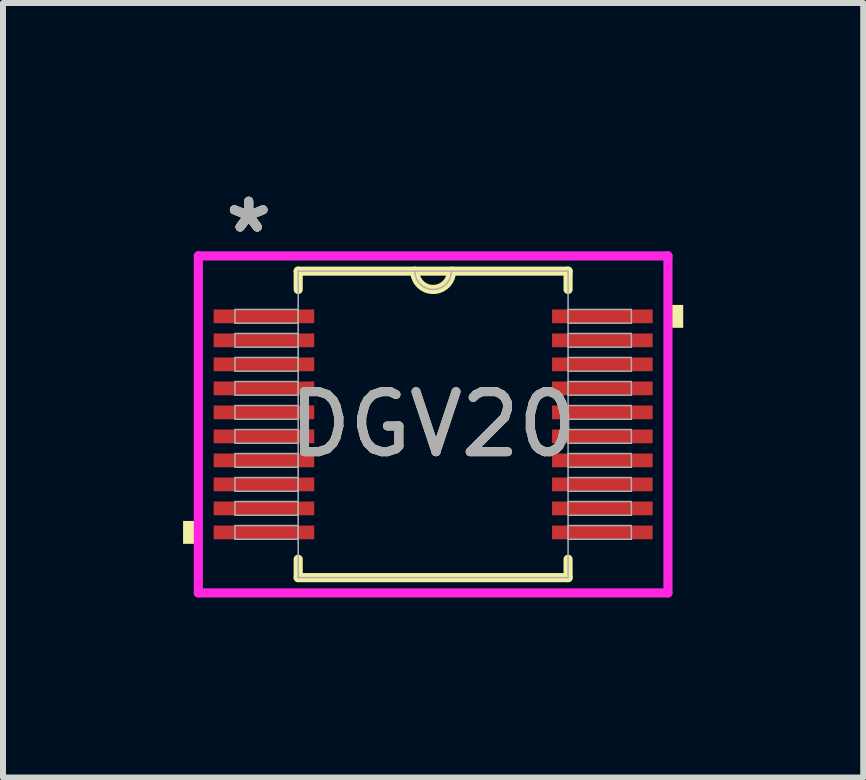
<source format=kicad_pcb>
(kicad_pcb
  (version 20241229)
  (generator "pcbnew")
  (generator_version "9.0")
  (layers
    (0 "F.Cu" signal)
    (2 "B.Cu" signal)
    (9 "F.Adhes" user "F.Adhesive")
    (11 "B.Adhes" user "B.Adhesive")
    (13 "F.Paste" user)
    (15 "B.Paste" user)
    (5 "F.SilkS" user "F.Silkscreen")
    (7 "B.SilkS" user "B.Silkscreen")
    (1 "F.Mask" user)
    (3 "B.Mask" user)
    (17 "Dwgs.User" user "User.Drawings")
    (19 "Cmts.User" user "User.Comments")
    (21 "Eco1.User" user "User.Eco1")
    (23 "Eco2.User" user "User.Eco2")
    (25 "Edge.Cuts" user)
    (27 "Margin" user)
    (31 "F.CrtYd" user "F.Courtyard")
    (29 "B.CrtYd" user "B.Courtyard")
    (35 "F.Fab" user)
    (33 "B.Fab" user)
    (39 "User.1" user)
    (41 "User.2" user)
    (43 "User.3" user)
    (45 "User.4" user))
  (footprint "DGV20"
    (layer "F.Cu")
    (at 4.166 4.02)
    (property "Reference" "DGV20" (at 0 0 0) (unlocked yes) (layer "F.SilkS") (effects (font (size 1 1) (thickness 0.15))))
    (attr smd)
    (fp_line (start -2.248 -2.553) (end -2.248 -2.247) (stroke (width 0.152) (type solid)) (layer "F.SilkS"))
    (fp_line (start -2.248 2.247) (end -2.248 2.553) (stroke (width 0.152) (type solid)) (layer "F.SilkS"))
    (fp_line (start -2.248 2.553) (end 2.248 2.553) (stroke (width 0.152) (type solid)) (layer "F.SilkS"))
    (fp_line (start 2.248 -2.553) (end -2.248 -2.553) (stroke (width 0.152) (type solid)) (layer "F.SilkS"))
    (fp_line (start 2.248 -2.247) (end 2.248 -2.553) (stroke (width 0.152) (type solid)) (layer "F.SilkS"))
    (fp_line (start 2.248 2.553) (end 2.248 2.247) (stroke (width 0.152) (type solid)) (layer "F.SilkS"))
    (fp_arc (start 0.3048 -2.5527) (mid 0 -2.2479) (end -0.3048 -2.5527) (stroke (width 0.1524) (type solid)) (layer "F.SilkS"))
    (fp_poly (pts (xy -4.166 1.609) (xy -4.166 1.99) (xy -3.912 1.99) (xy -3.912 1.609)) (stroke (width 0) (type solid)) (fill yes) (layer "F.SilkS"))
    (fp_poly (pts (xy 4.166 -1.99) (xy 4.166 -1.609) (xy 3.912 -1.609) (xy 3.912 -1.99)) (stroke (width 0) (type solid)) (fill yes) (layer "F.SilkS"))
    (fp_line (start -3.912 -2.807) (end 3.912 -2.807) (stroke (width 0.152) (type solid)) (layer "F.CrtYd"))
    (fp_line (start -3.912 2.807) (end -3.912 -2.807) (stroke (width 0.152) (type solid)) (layer "F.CrtYd"))
    (fp_line (start 3.912 -2.807) (end 3.912 2.807) (stroke (width 0.152) (type solid)) (layer "F.CrtYd"))
    (fp_line (start 3.912 2.807) (end -3.912 2.807) (stroke (width 0.152) (type solid)) (layer "F.CrtYd"))
    (fp_line (start -3.302 -1.914) (end -3.302 -1.686) (stroke (width 0.025) (type solid)) (layer "F.Fab"))
    (fp_line (start -3.302 -1.686) (end -2.248 -1.686) (stroke (width 0.025) (type solid)) (layer "F.Fab"))
    (fp_line (start -3.302 -1.514) (end -3.302 -1.286) (stroke (width 0.025) (type solid)) (layer "F.Fab"))
    (fp_line (start -3.302 -1.286) (end -2.248 -1.286) (stroke (width 0.025) (type solid)) (layer "F.Fab"))
    (fp_line (start -3.302 -1.114) (end -3.302 -0.886) (stroke (width 0.025) (type solid)) (layer "F.Fab"))
    (fp_line (start -3.302 -0.886) (end -2.248 -0.886) (stroke (width 0.025) (type solid)) (layer "F.Fab"))
    (fp_line (start -3.302 -0.714) (end -3.302 -0.486) (stroke (width 0.025) (type solid)) (layer "F.Fab"))
    (fp_line (start -3.302 -0.486) (end -2.248 -0.486) (stroke (width 0.025) (type solid)) (layer "F.Fab"))
    (fp_line (start -3.302 -0.314) (end -3.302 -0.086) (stroke (width 0.025) (type solid)) (layer "F.Fab"))
    (fp_line (start -3.302 -0.086) (end -2.248 -0.086) (stroke (width 0.025) (type solid)) (layer "F.Fab"))
    (fp_line (start -3.302 0.086) (end -3.302 0.314) (stroke (width 0.025) (type solid)) (layer "F.Fab"))
    (fp_line (start -3.302 0.314) (end -2.248 0.314) (stroke (width 0.025) (type solid)) (layer "F.Fab"))
    (fp_line (start -3.302 0.486) (end -3.302 0.714) (stroke (width 0.025) (type solid)) (layer "F.Fab"))
    (fp_line (start -3.302 0.714) (end -2.248 0.714) (stroke (width 0.025) (type solid)) (layer "F.Fab"))
    (fp_line (start -3.302 0.886) (end -3.302 1.114) (stroke (width 0.025) (type solid)) (layer "F.Fab"))
    (fp_line (start -3.302 1.114) (end -2.248 1.114) (stroke (width 0.025) (type solid)) (layer "F.Fab"))
    (fp_line (start -3.302 1.286) (end -3.302 1.514) (stroke (width 0.025) (type solid)) (layer "F.Fab"))
    (fp_line (start -3.302 1.514) (end -2.248 1.514) (stroke (width 0.025) (type solid)) (layer "F.Fab"))
    (fp_line (start -3.302 1.686) (end -3.302 1.914) (stroke (width 0.025) (type solid)) (layer "F.Fab"))
    (fp_line (start -3.302 1.914) (end -2.248 1.914) (stroke (width 0.025) (type solid)) (layer "F.Fab"))
    (fp_line (start -2.248 -2.553) (end -2.248 2.553) (stroke (width 0.025) (type solid)) (layer "F.Fab"))
    (fp_line (start -2.248 -1.914) (end -3.302 -1.914) (stroke (width 0.025) (type solid)) (layer "F.Fab"))
    (fp_line (start -2.248 -1.686) (end -2.248 -1.914) (stroke (width 0.025) (type solid)) (layer "F.Fab"))
    (fp_line (start -2.248 -1.514) (end -3.302 -1.514) (stroke (width 0.025) (type solid)) (layer "F.Fab"))
    (fp_line (start -2.248 -1.286) (end -2.248 -1.514) (stroke (width 0.025) (type solid)) (layer "F.Fab"))
    (fp_line (start -2.248 -1.114) (end -3.302 -1.114) (stroke (width 0.025) (type solid)) (layer "F.Fab"))
    (fp_line (start -2.248 -0.886) (end -2.248 -1.114) (stroke (width 0.025) (type solid)) (layer "F.Fab"))
    (fp_line (start -2.248 -0.714) (end -3.302 -0.714) (stroke (width 0.025) (type solid)) (layer "F.Fab"))
    (fp_line (start -2.248 -0.486) (end -2.248 -0.714) (stroke (width 0.025) (type solid)) (layer "F.Fab"))
    (fp_line (start -2.248 -0.314) (end -3.302 -0.314) (stroke (width 0.025) (type solid)) (layer "F.Fab"))
    (fp_line (start -2.248 -0.086) (end -2.248 -0.314) (stroke (width 0.025) (type solid)) (layer "F.Fab"))
    (fp_line (start -2.248 0.086) (end -3.302 0.086) (stroke (width 0.025) (type solid)) (layer "F.Fab"))
    (fp_line (start -2.248 0.314) (end -2.248 0.086) (stroke (width 0.025) (type solid)) (layer "F.Fab"))
    (fp_line (start -2.248 0.486) (end -3.302 0.486) (stroke (width 0.025) (type solid)) (layer "F.Fab"))
    (fp_line (start -2.248 0.714) (end -2.248 0.486) (stroke (width 0.025) (type solid)) (layer "F.Fab"))
    (fp_line (start -2.248 0.886) (end -3.302 0.886) (stroke (width 0.025) (type solid)) (layer "F.Fab"))
    (fp_line (start -2.248 1.114) (end -2.248 0.886) (stroke (width 0.025) (type solid)) (layer "F.Fab"))
    (fp_line (start -2.248 1.286) (end -3.302 1.286) (stroke (width 0.025) (type solid)) (layer "F.Fab"))
    (fp_line (start -2.248 1.514) (end -2.248 1.286) (stroke (width 0.025) (type solid)) (layer "F.Fab"))
    (fp_line (start -2.248 1.686) (end -3.302 1.686) (stroke (width 0.025) (type solid)) (layer "F.Fab"))
    (fp_line (start -2.248 1.914) (end -2.248 1.686) (stroke (width 0.025) (type solid)) (layer "F.Fab"))
    (fp_line (start -2.248 2.553) (end 2.248 2.553) (stroke (width 0.025) (type solid)) (layer "F.Fab"))
    (fp_line (start 2.248 -2.553) (end -2.248 -2.553) (stroke (width 0.025) (type solid)) (layer "F.Fab"))
    (fp_line (start 2.248 -1.914) (end 2.248 -1.686) (stroke (width 0.025) (type solid)) (layer "F.Fab"))
    (fp_line (start 2.248 -1.686) (end 3.302 -1.686) (stroke (width 0.025) (type solid)) (layer "F.Fab"))
    (fp_line (start 2.248 -1.514) (end 2.248 -1.286) (stroke (width 0.025) (type solid)) (layer "F.Fab"))
    (fp_line (start 2.248 -1.286) (end 3.302 -1.286) (stroke (width 0.025) (type solid)) (layer "F.Fab"))
    (fp_line (start 2.248 -1.114) (end 2.248 -0.886) (stroke (width 0.025) (type solid)) (layer "F.Fab"))
    (fp_line (start 2.248 -0.886) (end 3.302 -0.886) (stroke (width 0.025) (type solid)) (layer "F.Fab"))
    (fp_line (start 2.248 -0.714) (end 2.248 -0.486) (stroke (width 0.025) (type solid)) (layer "F.Fab"))
    (fp_line (start 2.248 -0.486) (end 3.302 -0.486) (stroke (width 0.025) (type solid)) (layer "F.Fab"))
    (fp_line (start 2.248 -0.314) (end 2.248 -0.086) (stroke (width 0.025) (type solid)) (layer "F.Fab"))
    (fp_line (start 2.248 -0.086) (end 3.302 -0.086) (stroke (width 0.025) (type solid)) (layer "F.Fab"))
    (fp_line (start 2.248 0.086) (end 2.248 0.314) (stroke (width 0.025) (type solid)) (layer "F.Fab"))
    (fp_line (start 2.248 0.314) (end 3.302 0.314) (stroke (width 0.025) (type solid)) (layer "F.Fab"))
    (fp_line (start 2.248 0.486) (end 2.248 0.714) (stroke (width 0.025) (type solid)) (layer "F.Fab"))
    (fp_line (start 2.248 0.714) (end 3.302 0.714) (stroke (width 0.025) (type solid)) (layer "F.Fab"))
    (fp_line (start 2.248 0.886) (end 2.248 1.114) (stroke (width 0.025) (type solid)) (layer "F.Fab"))
    (fp_line (start 2.248 1.114) (end 3.302 1.114) (stroke (width 0.025) (type solid)) (layer "F.Fab"))
    (fp_line (start 2.248 1.286) (end 2.248 1.514) (stroke (width 0.025) (type solid)) (layer "F.Fab"))
    (fp_line (start 2.248 1.514) (end 3.302 1.514) (stroke (width 0.025) (type solid)) (layer "F.Fab"))
    (fp_line (start 2.248 1.686) (end 2.248 1.914) (stroke (width 0.025) (type solid)) (layer "F.Fab"))
    (fp_line (start 2.248 1.914) (end 3.302 1.914) (stroke (width 0.025) (type solid)) (layer "F.Fab"))
    (fp_line (start 2.248 2.553) (end 2.248 -2.553) (stroke (width 0.025) (type solid)) (layer "F.Fab"))
    (fp_line (start 3.302 -1.914) (end 2.248 -1.914) (stroke (width 0.025) (type solid)) (layer "F.Fab"))
    (fp_line (start 3.302 -1.686) (end 3.302 -1.914) (stroke (width 0.025) (type solid)) (layer "F.Fab"))
    (fp_line (start 3.302 -1.514) (end 2.248 -1.514) (stroke (width 0.025) (type solid)) (layer "F.Fab"))
    (fp_line (start 3.302 -1.286) (end 3.302 -1.514) (stroke (width 0.025) (type solid)) (layer "F.Fab"))
    (fp_line (start 3.302 -1.114) (end 2.248 -1.114) (stroke (width 0.025) (type solid)) (layer "F.Fab"))
    (fp_line (start 3.302 -0.886) (end 3.302 -1.114) (stroke (width 0.025) (type solid)) (layer "F.Fab"))
    (fp_line (start 3.302 -0.714) (end 2.248 -0.714) (stroke (width 0.025) (type solid)) (layer "F.Fab"))
    (fp_line (start 3.302 -0.486) (end 3.302 -0.714) (stroke (width 0.025) (type solid)) (layer "F.Fab"))
    (fp_line (start 3.302 -0.314) (end 2.248 -0.314) (stroke (width 0.025) (type solid)) (layer "F.Fab"))
    (fp_line (start 3.302 -0.086) (end 3.302 -0.314) (stroke (width 0.025) (type solid)) (layer "F.Fab"))
    (fp_line (start 3.302 0.086) (end 2.248 0.086) (stroke (width 0.025) (type solid)) (layer "F.Fab"))
    (fp_line (start 3.302 0.314) (end 3.302 0.086) (stroke (width 0.025) (type solid)) (layer "F.Fab"))
    (fp_line (start 3.302 0.486) (end 2.248 0.486) (stroke (width 0.025) (type solid)) (layer "F.Fab"))
    (fp_line (start 3.302 0.714) (end 3.302 0.486) (stroke (width 0.025) (type solid)) (layer "F.Fab"))
    (fp_line (start 3.302 0.886) (end 2.248 0.886) (stroke (width 0.025) (type solid)) (layer "F.Fab"))
    (fp_line (start 3.302 1.114) (end 3.302 0.886) (stroke (width 0.025) (type solid)) (layer "F.Fab"))
    (fp_line (start 3.302 1.286) (end 2.248 1.286) (stroke (width 0.025) (type solid)) (layer "F.Fab"))
    (fp_line (start 3.302 1.514) (end 3.302 1.286) (stroke (width 0.025) (type solid)) (layer "F.Fab"))
    (fp_line (start 3.302 1.686) (end 2.248 1.686) (stroke (width 0.025) (type solid)) (layer "F.Fab"))
    (fp_line (start 3.302 1.914) (end 3.302 1.686) (stroke (width 0.025) (type solid)) (layer "F.Fab"))
    (fp_arc (start 0.3048 -2.5527) (mid 0 -2.2479) (end -0.3048 -2.5527) (stroke (width 0.0254) (type solid)) (layer "F.Fab"))
    (fp_text user "*" (at -3.073 -3.172 0) (unlocked yes) (layer "F.SilkS") (effects (font (size 1 1) (thickness 0.15))))
    (fp_text user "*" (at -3.073 -3.172 0) (layer "F.SilkS") (effects (font (size 1 1) (thickness 0.15))))
    (fp_text user "*" (at -3.073 -3.172 0) (unlocked yes) (layer "F.Fab") (effects (font (size 1 1) (thickness 0.15))))
    (fp_text user "*" (at -3.073 -3.172 0) (layer "F.Fab") (effects (font (size 1 1) (thickness 0.15))))
    (fp_text user "${REFERENCE}" (at 0 0 0) (unlocked yes) (layer "F.Fab") (effects (font (size 1 1) (thickness 0.15))))
    (pad "1" smd rect (at -2.819 -1.8) (size 1.676 0.229) (layers "F.Cu" "F.Mask" "F.Paste"))
    (pad "2" smd rect (at -2.819 -1.4) (size 1.676 0.229) (layers "F.Cu" "F.Mask" "F.Paste"))
    (pad "3" smd rect (at -2.819 -1) (size 1.676 0.229) (layers "F.Cu" "F.Mask" "F.Paste"))
    (pad "4" smd rect (at -2.819 -0.6) (size 1.676 0.229) (layers "F.Cu" "F.Mask" "F.Paste"))
    (pad "5" smd rect (at -2.819 -0.2) (size 1.676 0.229) (layers "F.Cu" "F.Mask" "F.Paste"))
    (pad "6" smd rect (at -2.819 0.2) (size 1.676 0.229) (layers "F.Cu" "F.Mask" "F.Paste"))
    (pad "7" smd rect (at -2.819 0.6) (size 1.676 0.229) (layers "F.Cu" "F.Mask" "F.Paste"))
    (pad "8" smd rect (at -2.819 1) (size 1.676 0.229) (layers "F.Cu" "F.Mask" "F.Paste"))
    (pad "9" smd rect (at -2.819 1.4) (size 1.676 0.229) (layers "F.Cu" "F.Mask" "F.Paste"))
    (pad "10" smd rect (at -2.819 1.8) (size 1.676 0.229) (layers "F.Cu" "F.Mask" "F.Paste"))
    (pad "11" smd rect (at 2.819 1.8) (size 1.676 0.229) (layers "F.Cu" "F.Mask" "F.Paste"))
    (pad "12" smd rect (at 2.819 1.4) (size 1.676 0.229) (layers "F.Cu" "F.Mask" "F.Paste"))
    (pad "13" smd rect (at 2.819 1) (size 1.676 0.229) (layers "F.Cu" "F.Mask" "F.Paste"))
    (pad "14" smd rect (at 2.819 0.6) (size 1.676 0.229) (layers "F.Cu" "F.Mask" "F.Paste"))
    (pad "15" smd rect (at 2.819 0.2) (size 1.676 0.229) (layers "F.Cu" "F.Mask" "F.Paste"))
    (pad "16" smd rect (at 2.819 -0.2) (size 1.676 0.229) (layers "F.Cu" "F.Mask" "F.Paste"))
    (pad "17" smd rect (at 2.819 -0.6) (size 1.676 0.229) (layers "F.Cu" "F.Mask" "F.Paste"))
    (pad "18" smd rect (at 2.819 -1) (size 1.676 0.229) (layers "F.Cu" "F.Mask" "F.Paste"))
    (pad "19" smd rect (at 2.819 -1.4) (size 1.676 0.229) (layers "F.Cu" "F.Mask" "F.Paste"))
    (pad "20" smd rect (at 2.819 -1.8) (size 1.676 0.229) (layers "F.Cu" "F.Mask" "F.Paste")))
  (gr_rect
    (start -3 -3)
    (end 11.331 9.903)
    (stroke (width 0.1) (type default))
    (fill no)
    (layer "Edge.Cuts")))
</source>
